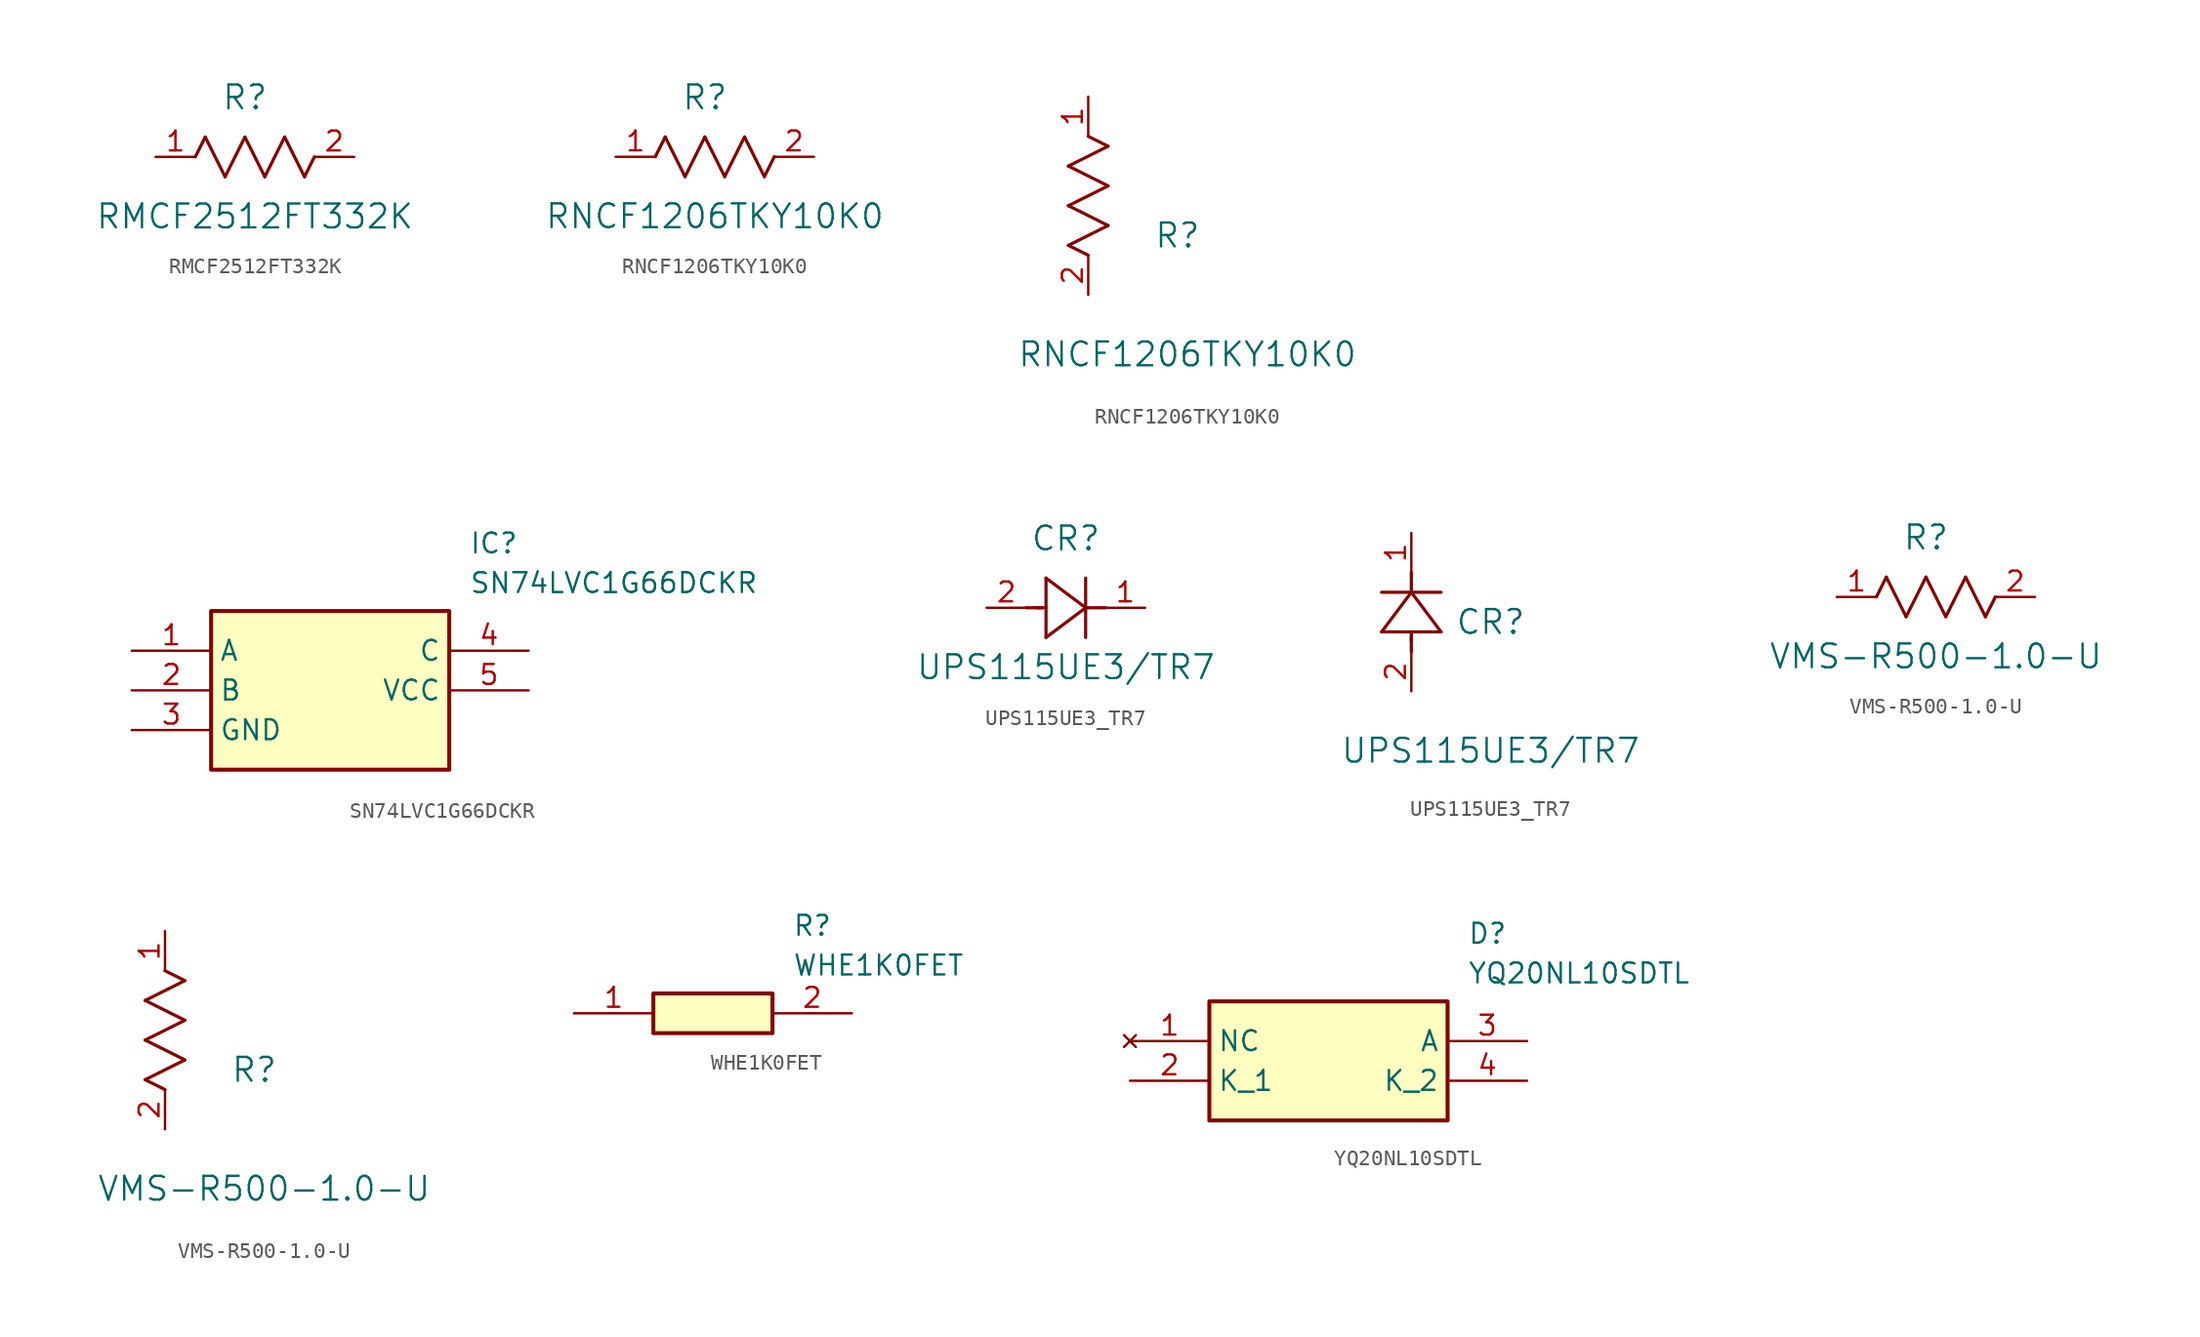
<source format=kicad_sym>
(kicad_symbol_lib
  (version 20241209)
  (generator "kicad_symbol_editor")
  (generator_version "9.0")
  (symbol "RMCF2512FT332K"
    (pin_names
      (offset 0.254))
    (property "Reference" "R"
      (at 5.715 3.81 0)
      (effects (font (size 1.524 1.524))))
    (property "Value" "RMCF2512FT332K"
      (at 6.35 -3.81 0)
      (effects (font (size 1.524 1.524))))
    (property "ki_locked" ""
      (at 0 0 0)
      (effects (font (size 1.27 1.27))))
    (symbol "RMCF2512FT332K_0_1"
      (polyline (pts (xy 2.54 0) (xy 3.175 1.27)) (stroke (width 0.203) (type default)) (fill (type none)))
      (polyline (pts (xy 3.175 1.27) (xy 4.445 -1.27)) (stroke (width 0.203) (type default)) (fill (type none)))
      (polyline (pts (xy 4.445 -1.27) (xy 5.715 1.27)) (stroke (width 0.203) (type default)) (fill (type none)))
      (polyline (pts (xy 5.715 1.27) (xy 6.985 -1.27)) (stroke (width 0.203) (type default)) (fill (type none)))
      (polyline (pts (xy 6.985 -1.27) (xy 8.255 1.27)) (stroke (width 0.203) (type default)) (fill (type none)))
      (polyline (pts (xy 8.255 1.27) (xy 9.525 -1.27)) (stroke (width 0.203) (type default)) (fill (type none)))
      (polyline (pts (xy 9.525 -1.27) (xy 10.16 0)) (stroke (width 0.203) (type default)) (fill (type none)))
      (pin unspecified line (at 0 0 0) (length 2.54) (name "" (effects (font (size 1.27 1.27)))) (number "1" (effects (font (size 1.27 1.27)))))
      (pin unspecified line (at 12.7 0 180) (length 2.54) (name "" (effects (font (size 1.27 1.27)))) (number "2" (effects (font (size 1.27 1.27)))))))
  (symbol "RNCF1206TKY10K0"
    (pin_names
      (offset 0.254))
    (property "Reference" "R"
      (at 5.715 3.81 0)
      (effects (font (size 1.524 1.524))))
    (property "Value" "RNCF1206TKY10K0"
      (at 6.35 -3.81 0)
      (effects (font (size 1.524 1.524))))
    (property "ki_locked" ""
      (at 0 0 0)
      (effects (font (size 1.27 1.27))))
    (symbol "RNCF1206TKY10K0_1_1"
      (polyline (pts (xy 2.54 0) (xy 3.175 1.27)) (stroke (width 0.203) (type default)) (fill (type none)))
      (polyline (pts (xy 3.175 1.27) (xy 4.445 -1.27)) (stroke (width 0.203) (type default)) (fill (type none)))
      (polyline (pts (xy 4.445 -1.27) (xy 5.715 1.27)) (stroke (width 0.203) (type default)) (fill (type none)))
      (polyline (pts (xy 5.715 1.27) (xy 6.985 -1.27)) (stroke (width 0.203) (type default)) (fill (type none)))
      (polyline (pts (xy 6.985 -1.27) (xy 8.255 1.27)) (stroke (width 0.203) (type default)) (fill (type none)))
      (polyline (pts (xy 8.255 1.27) (xy 9.525 -1.27)) (stroke (width 0.203) (type default)) (fill (type none)))
      (polyline (pts (xy 9.525 -1.27) (xy 10.16 0)) (stroke (width 0.203) (type default)) (fill (type none)))
      (pin unspecified line (at 0 0 0) (length 2.54) (name "" (effects (font (size 1.27 1.27)))) (number "1" (effects (font (size 1.27 1.27)))))
      (pin unspecified line (at 12.7 0 180) (length 2.54) (name "" (effects (font (size 1.27 1.27)))) (number "2" (effects (font (size 1.27 1.27))))))
    (symbol "RNCF1206TKY10K0_1_2"
      (polyline (pts (xy -1.27 8.255) (xy 1.27 9.525)) (stroke (width 0.203) (type default)) (fill (type none)))
      (polyline (pts (xy -1.27 5.715) (xy 1.27 6.985)) (stroke (width 0.203) (type default)) (fill (type none)))
      (polyline (pts (xy -1.27 3.175) (xy 1.27 4.445)) (stroke (width 0.203) (type default)) (fill (type none)))
      (polyline (pts (xy 0 2.54) (xy -1.27 3.175)) (stroke (width 0.203) (type default)) (fill (type none)))
      (polyline (pts (xy 1.27 9.525) (xy 0 10.16)) (stroke (width 0.203) (type default)) (fill (type none)))
      (polyline (pts (xy 1.27 6.985) (xy -1.27 8.255)) (stroke (width 0.203) (type default)) (fill (type none)))
      (polyline (pts (xy 1.27 4.445) (xy -1.27 5.715)) (stroke (width 0.203) (type default)) (fill (type none)))
      (pin unspecified line (at 0 12.7 270) (length 2.54) (name "" (effects (font (size 1.27 1.27)))) (number "1" (effects (font (size 1.27 1.27)))))
      (pin unspecified line (at 0 0 90) (length 2.54) (name "" (effects (font (size 1.27 1.27)))) (number "2" (effects (font (size 1.27 1.27)))))))
  (symbol "SN74LVC1G66DCKR"
    (property "Reference" "IC"
      (at 21.59 7.62 0)
      (effects (font (size 1.27 1.27)) (justify left top)))
    (property "Value" "SN74LVC1G66DCKR"
      (at 21.59 5.08 0)
      (effects (font (size 1.27 1.27)) (justify left top)))
    (symbol "SN74LVC1G66DCKR_1_1"
      (rectangle (start 5.08 2.54) (end 20.32 -7.62) (stroke (width 0.254) (type default)) (fill (type background)))
      (pin passive line (at 0 0 0) (length 5.08) (name "A" (effects (font (size 1.27 1.27)))) (number "1" (effects (font (size 1.27 1.27)))))
      (pin passive line (at 0 -2.54 0) (length 5.08) (name "B" (effects (font (size 1.27 1.27)))) (number "2" (effects (font (size 1.27 1.27)))))
      (pin passive line (at 0 -5.08 0) (length 5.08) (name "GND" (effects (font (size 1.27 1.27)))) (number "3" (effects (font (size 1.27 1.27)))))
      (pin passive line (at 25.4 0 180) (length 5.08) (name "C" (effects (font (size 1.27 1.27)))) (number "4" (effects (font (size 1.27 1.27)))))
      (pin passive line (at 25.4 -2.54 180) (length 5.08) (name "VCC" (effects (font (size 1.27 1.27)))) (number "5" (effects (font (size 1.27 1.27)))))))
  (symbol "UPS115UE3_TR7"
    (pin_names
      (offset 0.254))
    (property "Reference" "CR"
      (at 5.08 4.445 0)
      (effects (font (size 1.524 1.524))))
    (property "Value" "UPS115UE3/TR7"
      (at 5.08 -3.81 0)
      (effects (font (size 1.524 1.524))))
    (property "ki_locked" ""
      (at 0 0 0)
      (effects (font (size 1.27 1.27))))
    (symbol "UPS115UE3_TR7_1_1"
      (polyline (pts (xy 2.54 0) (xy 3.48 0)) (stroke (width 0.203) (type default)) (fill (type none)))
      (polyline (pts (xy 3.175 0) (xy 3.81 0)) (stroke (width 0.203) (type default)) (fill (type none)))
      (polyline (pts (xy 3.81 1.905) (xy 3.81 -1.905)) (stroke (width 0.203) (type default)) (fill (type none)))
      (polyline (pts (xy 3.81 -1.905) (xy 6.35 0)) (stroke (width 0.203) (type default)) (fill (type none)))
      (polyline (pts (xy 6.35 0) (xy 3.81 1.905)) (stroke (width 0.203) (type default)) (fill (type none)))
      (polyline (pts (xy 6.35 0) (xy 7.62 0)) (stroke (width 0.203) (type default)) (fill (type none)))
      (polyline (pts (xy 6.35 -1.905) (xy 6.35 1.905)) (stroke (width 0.203) (type default)) (fill (type none)))
      (pin unspecified line (at 0 0 0) (length 2.54) (name "" (effects (font (size 1.27 1.27)))) (number "2" (effects (font (size 1.27 1.27)))))
      (pin unspecified line (at 10.16 0 180) (length 2.54) (name "" (effects (font (size 1.27 1.27)))) (number "1" (effects (font (size 1.27 1.27))))))
    (symbol "UPS115UE3_TR7_1_2"
      (polyline (pts (xy -1.905 3.81) (xy 1.905 3.81)) (stroke (width 0.203) (type default)) (fill (type none)))
      (polyline (pts (xy 0 6.35) (xy -1.905 3.81)) (stroke (width 0.203) (type default)) (fill (type none)))
      (polyline (pts (xy 0 6.35) (xy 0 7.62)) (stroke (width 0.203) (type default)) (fill (type none)))
      (polyline (pts (xy 0 3.175) (xy 0 3.81)) (stroke (width 0.203) (type default)) (fill (type none)))
      (polyline (pts (xy 0 2.54) (xy 0 3.48)) (stroke (width 0.203) (type default)) (fill (type none)))
      (polyline (pts (xy 1.905 6.35) (xy -1.905 6.35)) (stroke (width 0.203) (type default)) (fill (type none)))
      (polyline (pts (xy 1.905 3.81) (xy 0 6.35)) (stroke (width 0.203) (type default)) (fill (type none)))
      (pin unspecified line (at 0 10.16 270) (length 2.54) (name "" (effects (font (size 1.27 1.27)))) (number "1" (effects (font (size 1.27 1.27)))))
      (pin unspecified line (at 0 0 90) (length 2.54) (name "" (effects (font (size 1.27 1.27)))) (number "2" (effects (font (size 1.27 1.27)))))))
  (symbol "VMS-R500-1.0-U"
    (pin_names
      (offset 0.254))
    (property "Reference" "R"
      (at 5.715 3.81 0)
      (effects (font (size 1.524 1.524))))
    (property "Value" "VMS-R500-1.0-U"
      (at 6.35 -3.81 0)
      (effects (font (size 1.524 1.524))))
    (property "ki_locked" ""
      (at 0 0 0)
      (effects (font (size 1.27 1.27))))
    (symbol "VMS-R500-1.0-U_1_1"
      (polyline (pts (xy 2.54 0) (xy 3.175 1.27)) (stroke (width 0.203) (type default)) (fill (type none)))
      (polyline (pts (xy 3.175 1.27) (xy 4.445 -1.27)) (stroke (width 0.203) (type default)) (fill (type none)))
      (polyline (pts (xy 4.445 -1.27) (xy 5.715 1.27)) (stroke (width 0.203) (type default)) (fill (type none)))
      (polyline (pts (xy 5.715 1.27) (xy 6.985 -1.27)) (stroke (width 0.203) (type default)) (fill (type none)))
      (polyline (pts (xy 6.985 -1.27) (xy 8.255 1.27)) (stroke (width 0.203) (type default)) (fill (type none)))
      (polyline (pts (xy 8.255 1.27) (xy 9.525 -1.27)) (stroke (width 0.203) (type default)) (fill (type none)))
      (polyline (pts (xy 9.525 -1.27) (xy 10.16 0)) (stroke (width 0.203) (type default)) (fill (type none)))
      (pin unspecified line (at 0 0 0) (length 2.54) (name "" (effects (font (size 1.27 1.27)))) (number "1" (effects (font (size 1.27 1.27)))))
      (pin unspecified line (at 12.7 0 180) (length 2.54) (name "" (effects (font (size 1.27 1.27)))) (number "2" (effects (font (size 1.27 1.27))))))
    (symbol "VMS-R500-1.0-U_1_2"
      (polyline (pts (xy -1.27 8.255) (xy 1.27 9.525)) (stroke (width 0.203) (type default)) (fill (type none)))
      (polyline (pts (xy -1.27 5.715) (xy 1.27 6.985)) (stroke (width 0.203) (type default)) (fill (type none)))
      (polyline (pts (xy -1.27 3.175) (xy 1.27 4.445)) (stroke (width 0.203) (type default)) (fill (type none)))
      (polyline (pts (xy 0 2.54) (xy -1.27 3.175)) (stroke (width 0.203) (type default)) (fill (type none)))
      (polyline (pts (xy 1.27 9.525) (xy 0 10.16)) (stroke (width 0.203) (type default)) (fill (type none)))
      (polyline (pts (xy 1.27 6.985) (xy -1.27 8.255)) (stroke (width 0.203) (type default)) (fill (type none)))
      (polyline (pts (xy 1.27 4.445) (xy -1.27 5.715)) (stroke (width 0.203) (type default)) (fill (type none)))
      (pin unspecified line (at 0 12.7 270) (length 2.54) (name "" (effects (font (size 1.27 1.27)))) (number "1" (effects (font (size 1.27 1.27)))))
      (pin unspecified line (at 0 0 90) (length 2.54) (name "" (effects (font (size 1.27 1.27)))) (number "2" (effects (font (size 1.27 1.27)))))))
  (symbol "WHE1K0FET"
    (pin_names
      (hide yes))
    (property "Reference" "R"
      (at 13.97 6.35 0)
      (effects (font (size 1.27 1.27)) (justify left top)))
    (property "Value" "WHE1K0FET"
      (at 13.97 3.81 0)
      (effects (font (size 1.27 1.27)) (justify left top)))
    (symbol "WHE1K0FET_1_1"
      (rectangle (start 5.08 1.27) (end 12.7 -1.27) (stroke (width 0.254) (type default)) (fill (type background)))
      (pin passive line (at 0 0 0) (length 5.08) (name "1" (effects (font (size 1.27 1.27)))) (number "1" (effects (font (size 1.27 1.27)))))
      (pin passive line (at 17.78 0 180) (length 5.08) (name "2" (effects (font (size 1.27 1.27)))) (number "2" (effects (font (size 1.27 1.27)))))))
  (symbol "YQ20NL10SDTL"
    (property "Reference" "D"
      (at 21.59 7.62 0)
      (effects (font (size 1.27 1.27)) (justify left top)))
    (property "Value" "YQ20NL10SDTL"
      (at 21.59 5.08 0)
      (effects (font (size 1.27 1.27)) (justify left top)))
    (symbol "YQ20NL10SDTL_1_1"
      (rectangle (start 5.08 2.54) (end 20.32 -5.08) (stroke (width 0.254) (type default)) (fill (type background)))
      (pin no_connect line (at 0 0 0) (length 5.08) (name "NC" (effects (font (size 1.27 1.27)))) (number "1" (effects (font (size 1.27 1.27)))))
      (pin passive line (at 0 -2.54 0) (length 5.08) (name "K_1" (effects (font (size 1.27 1.27)))) (number "2" (effects (font (size 1.27 1.27)))))
      (pin passive line (at 25.4 0 180) (length 5.08) (name "A" (effects (font (size 1.27 1.27)))) (number "3" (effects (font (size 1.27 1.27)))))
      (pin passive line (at 25.4 -2.54 180) (length 5.08) (name "K_2" (effects (font (size 1.27 1.27)))) (number "4" (effects (font (size 1.27 1.27))))))))
</source>
